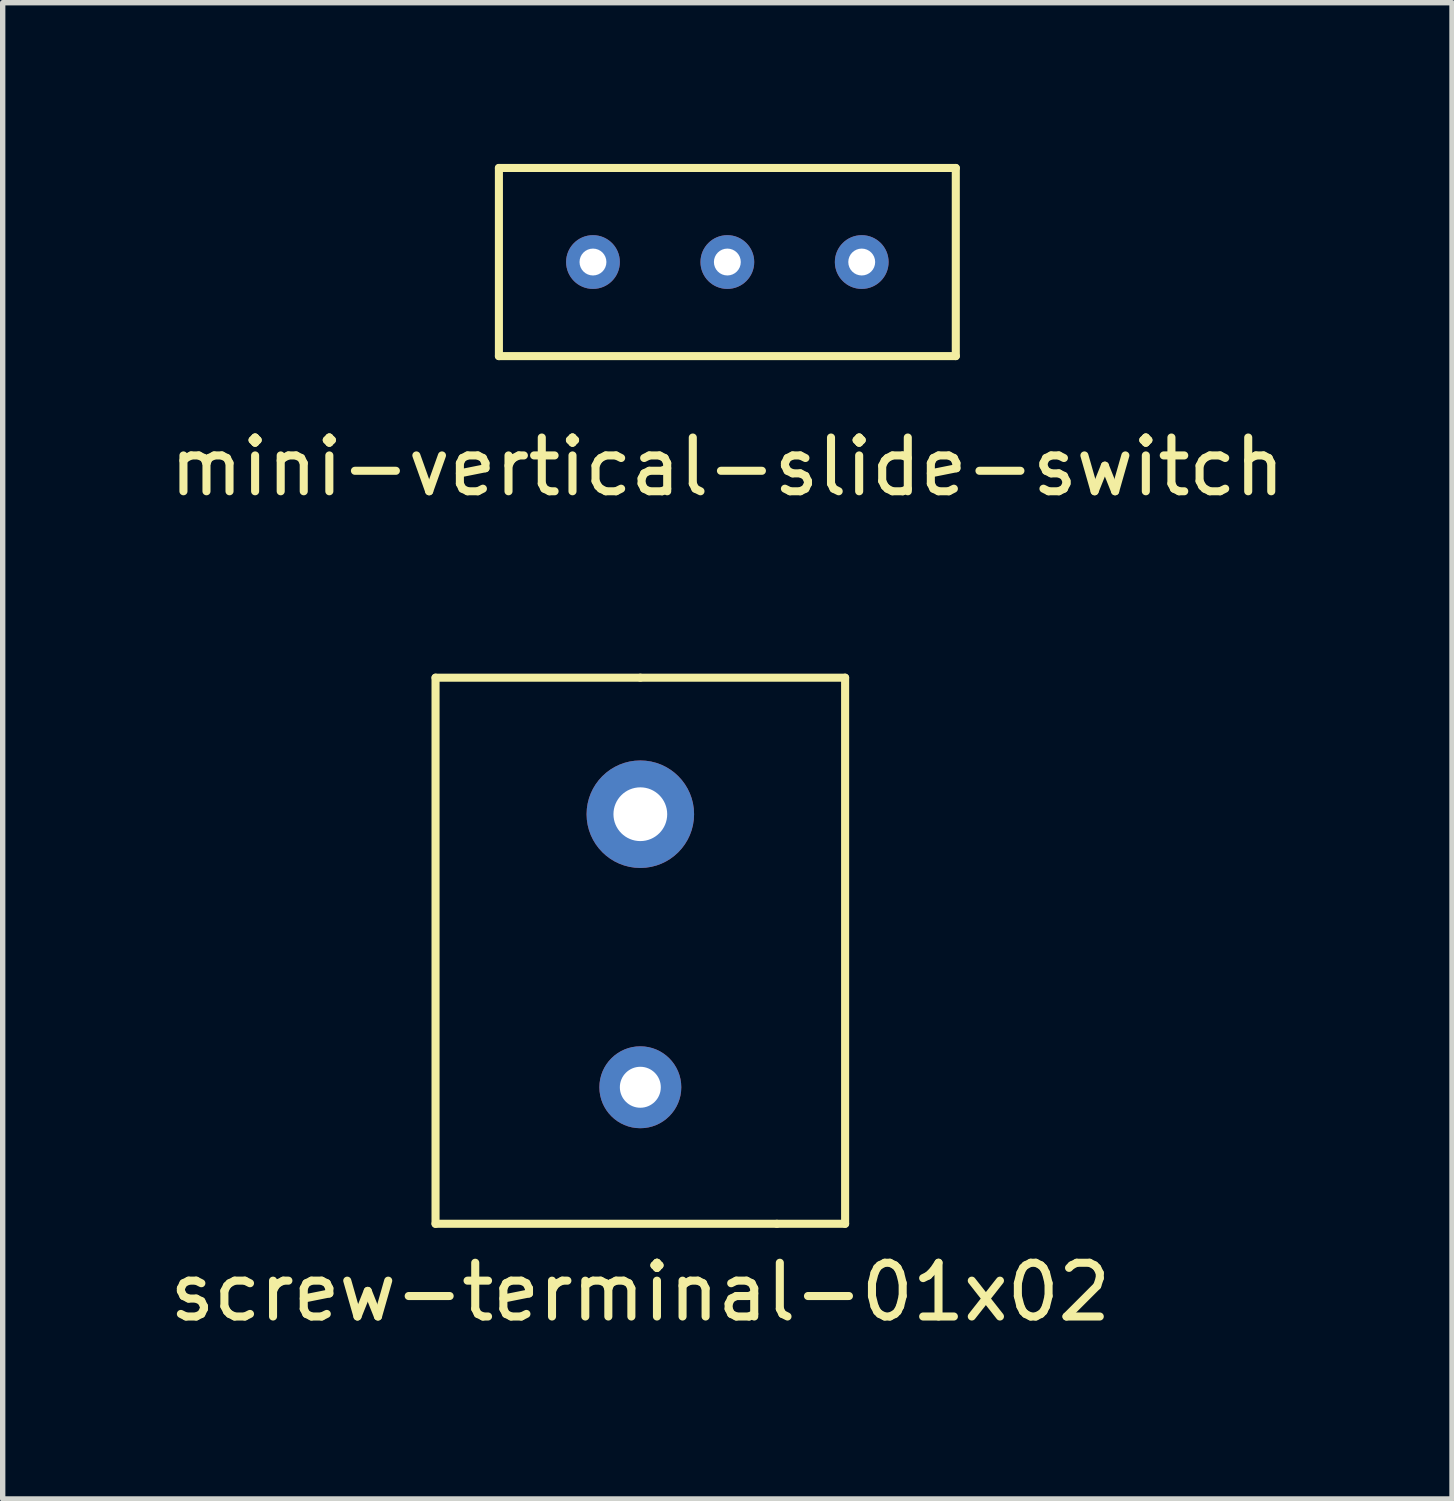
<source format=kicad_pcb>
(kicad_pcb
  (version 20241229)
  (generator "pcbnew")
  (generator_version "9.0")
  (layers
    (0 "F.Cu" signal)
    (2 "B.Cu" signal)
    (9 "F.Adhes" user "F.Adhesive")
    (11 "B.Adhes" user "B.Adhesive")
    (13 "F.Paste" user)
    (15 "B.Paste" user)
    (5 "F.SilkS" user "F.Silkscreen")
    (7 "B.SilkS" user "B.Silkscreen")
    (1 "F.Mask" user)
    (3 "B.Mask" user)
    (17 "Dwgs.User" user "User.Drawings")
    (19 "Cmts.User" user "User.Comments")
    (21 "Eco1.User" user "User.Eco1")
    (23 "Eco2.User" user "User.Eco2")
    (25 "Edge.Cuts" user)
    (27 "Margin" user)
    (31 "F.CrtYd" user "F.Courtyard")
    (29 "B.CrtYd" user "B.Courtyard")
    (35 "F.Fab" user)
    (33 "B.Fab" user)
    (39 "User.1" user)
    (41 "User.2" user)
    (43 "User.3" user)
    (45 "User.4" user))
  (footprint "screw-terminal-01x02"
    (layer "F.Cu")
    (at 8.863 14.638)
    (property "Reference" "screw-terminal-01x02" (at 0 6.35 0) (layer "F.SilkS") (effects (font (size 1 1) (thickness 0.15))))
    (attr through_hole)
    (fp_line (start -3.81 -5.08) (end -3.81 5.08) (stroke (width 0.15) (type solid)) (layer "F.SilkS"))
    (fp_line (start -3.81 5.08) (end 2.54 5.08) (stroke (width 0.15) (type solid)) (layer "F.SilkS"))
    (fp_line (start 0 -5.08) (end -3.81 -5.08) (stroke (width 0.15) (type solid)) (layer "F.SilkS"))
    (fp_line (start 2.54 5.08) (end 3.81 5.08) (stroke (width 0.15) (type solid)) (layer "F.SilkS"))
    (fp_line (start 3.81 -5.08) (end 0 -5.08) (stroke (width 0.15) (type solid)) (layer "F.SilkS"))
    (fp_line (start 3.81 5.08) (end 3.81 -5.08) (stroke (width 0.15) (type solid)) (layer "F.SilkS"))
    (pad "1" thru_hole circle (at 0 -2.54) (size 2 2) (drill 1) (layers "*.Cu" "*.Mask"))
    (pad "2" thru_hole circle (at 0 2.54) (size 1.524 1.524) (drill 0.762) (layers "*.Cu" "*.Mask")))
  (footprint "mini-vertical-slide-switch"
    (layer "F.Cu")
    (at 10.482 1.825)
    (property "Reference" "mini-vertical-slide-switch" (at 0 3.81 0) (layer "F.SilkS") (effects (font (size 1 1) (thickness 0.15))))
    (attr through_hole)
    (fp_line (start -4.25 -1.75) (end 4.25 -1.75) (stroke (width 0.15) (type solid)) (layer "F.SilkS"))
    (fp_line (start -4.25 1.75) (end -4.25 -1.75) (stroke (width 0.15) (type solid)) (layer "F.SilkS"))
    (fp_line (start 4.25 -1.75) (end 4.25 1.75) (stroke (width 0.15) (type solid)) (layer "F.SilkS"))
    (fp_line (start 4.25 1.75) (end -4.25 1.75) (stroke (width 0.15) (type solid)) (layer "F.SilkS"))
    (pad "1" thru_hole circle (at 0 0) (size 1 1) (drill 0.5) (layers "*.Cu" "*.Mask"))
    (pad "2" thru_hole circle (at 2.5 0) (size 1 1) (drill 0.5) (layers "*.Cu" "*.Mask"))
    (pad "3" thru_hole circle (at -2.5 0) (size 1 1) (drill 0.5) (layers "*.Cu" "*.Mask")))
  (gr_rect
    (start -3 -3)
    (end 23.964 24.837)
    (stroke (width 0.1) (type default))
    (fill no)
    (layer "Edge.Cuts")))
</source>
